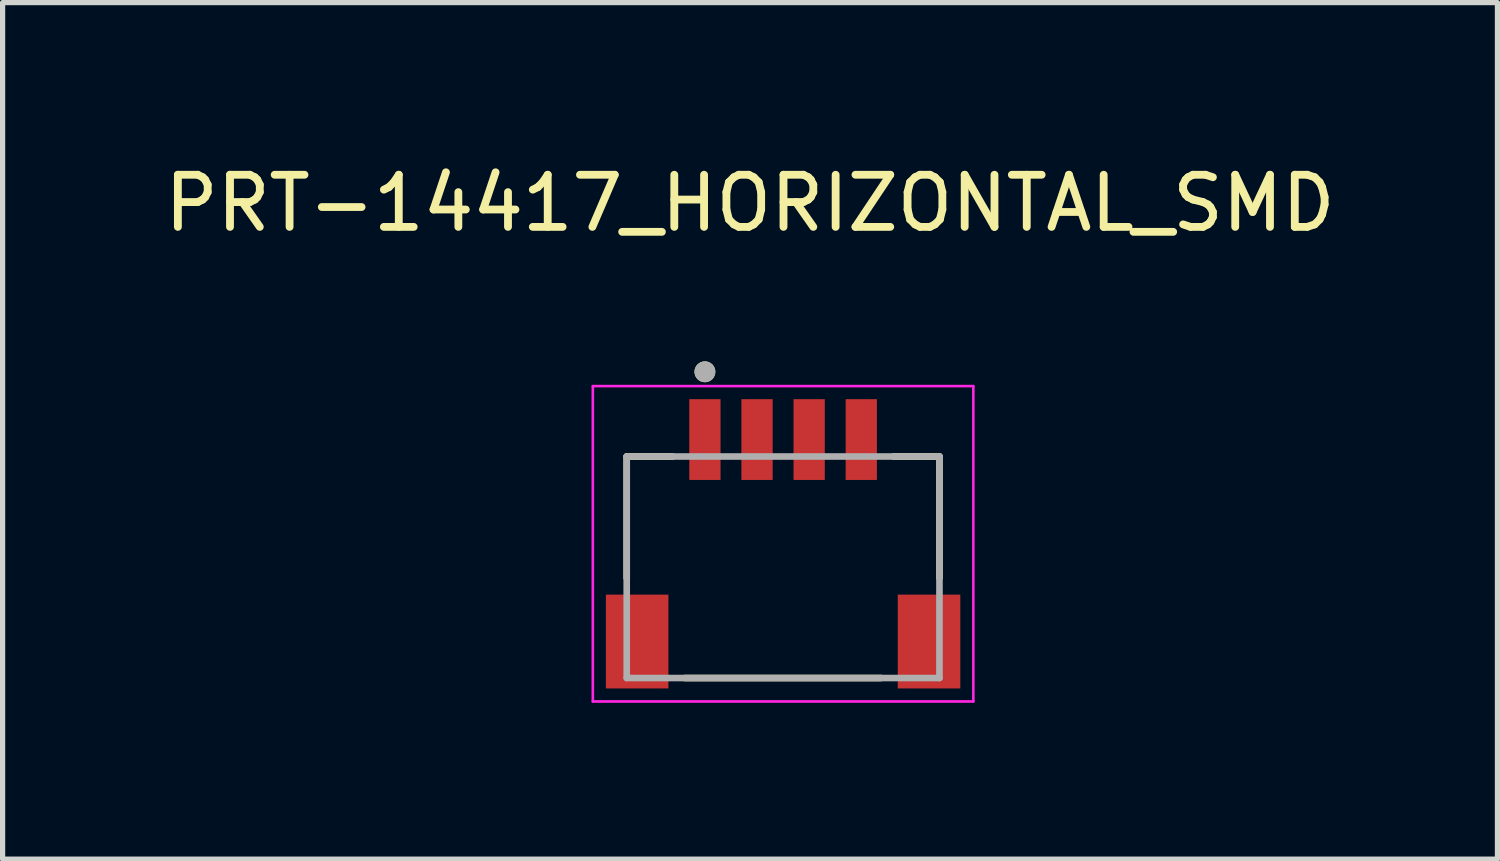
<source format=kicad_pcb>
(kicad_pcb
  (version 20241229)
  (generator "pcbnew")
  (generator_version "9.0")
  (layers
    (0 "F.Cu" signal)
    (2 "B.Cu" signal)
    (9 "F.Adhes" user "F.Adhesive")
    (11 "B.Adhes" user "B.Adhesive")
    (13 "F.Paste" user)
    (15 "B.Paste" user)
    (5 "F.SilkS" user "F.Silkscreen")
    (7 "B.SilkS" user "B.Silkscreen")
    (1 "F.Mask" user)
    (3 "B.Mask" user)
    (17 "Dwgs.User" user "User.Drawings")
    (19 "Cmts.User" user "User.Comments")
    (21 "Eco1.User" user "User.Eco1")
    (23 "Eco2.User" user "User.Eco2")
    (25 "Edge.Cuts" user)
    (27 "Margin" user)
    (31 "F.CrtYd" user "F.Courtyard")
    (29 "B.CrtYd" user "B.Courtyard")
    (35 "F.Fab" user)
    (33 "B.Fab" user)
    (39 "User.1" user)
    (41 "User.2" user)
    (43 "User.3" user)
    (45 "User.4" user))
  (footprint "PRT-14417_HORIZONTAL_SMD"
    (layer "F.Cu")
    (at 11.974 7.833)
    (property "Reference" "PRT-14417_HORIZONTAL_SMD" (at -0.635 -6.985 0) (layer "F.SilkS") (effects (font (size 1 1) (thickness 0.15))))
    (attr smd)
    (fp_line (start -3 -2.125) (end -2.12 -2.125) (stroke (width 0.127) (type solid)) (layer "F.SilkS"))
    (fp_line (start -3 0.205) (end -3 -2.125) (stroke (width 0.127) (type solid)) (layer "F.SilkS"))
    (fp_line (start -1.88 2.125) (end 1.88 2.125) (stroke (width 0.127) (type solid)) (layer "F.SilkS"))
    (fp_line (start 2.12 -2.125) (end 3 -2.125) (stroke (width 0.127) (type solid)) (layer "F.SilkS"))
    (fp_line (start 3 -2.125) (end 3 0.205) (stroke (width 0.127) (type solid)) (layer "F.SilkS"))
    (fp_circle (center -1.5 -3.75) (end -1.4 -3.75) (stroke (width 0.2) (type solid)) (fill no) (layer "F.SilkS"))
    (fp_line (start -3.65 -3.475) (end -3.65 2.575) (stroke (width 0.05) (type solid)) (layer "F.CrtYd"))
    (fp_line (start -3.65 2.575) (end 3.65 2.575) (stroke (width 0.05) (type solid)) (layer "F.CrtYd"))
    (fp_line (start 3.65 -3.475) (end -3.65 -3.475) (stroke (width 0.05) (type solid)) (layer "F.CrtYd"))
    (fp_line (start 3.65 2.575) (end 3.65 -3.475) (stroke (width 0.05) (type solid)) (layer "F.CrtYd"))
    (fp_line (start -3 -2.125) (end 3 -2.125) (stroke (width 0.127) (type solid)) (layer "F.Fab"))
    (fp_line (start -3 2.125) (end -3 -2.125) (stroke (width 0.127) (type solid)) (layer "F.Fab"))
    (fp_line (start 3 -2.125) (end 3 2.125) (stroke (width 0.127) (type solid)) (layer "F.Fab"))
    (fp_line (start 3 2.125) (end -3 2.125) (stroke (width 0.127) (type solid)) (layer "F.Fab"))
    (fp_circle (center -1.5 -3.75) (end -1.4 -3.75) (stroke (width 0.2) (type solid)) (fill no) (layer "F.Fab"))
    (pad "1" smd rect (at -1.5 -2.45) (size 0.6 1.55) (layers "F.Cu" "F.Mask" "F.Paste"))
    (pad "2" smd rect (at -0.5 -2.45) (size 0.6 1.55) (layers "F.Cu" "F.Mask" "F.Paste"))
    (pad "3" smd rect (at 0.5 -2.45) (size 0.6 1.55) (layers "F.Cu" "F.Mask" "F.Paste"))
    (pad "4" smd rect (at 1.5 -2.45) (size 0.6 1.55) (layers "F.Cu" "F.Mask" "F.Paste"))
    (pad "S1" smd rect (at -2.8 1.425) (size 1.2 1.8) (layers "F.Cu" "F.Mask" "F.Paste"))
    (pad "S2" smd rect (at 2.8 1.425) (size 1.2 1.8) (layers "F.Cu" "F.Mask" "F.Paste")))
  (gr_rect
    (start -3 -3)
    (end 25.679 13.433)
    (stroke (width 0.1) (type default))
    (fill no)
    (layer "Edge.Cuts")))
</source>
